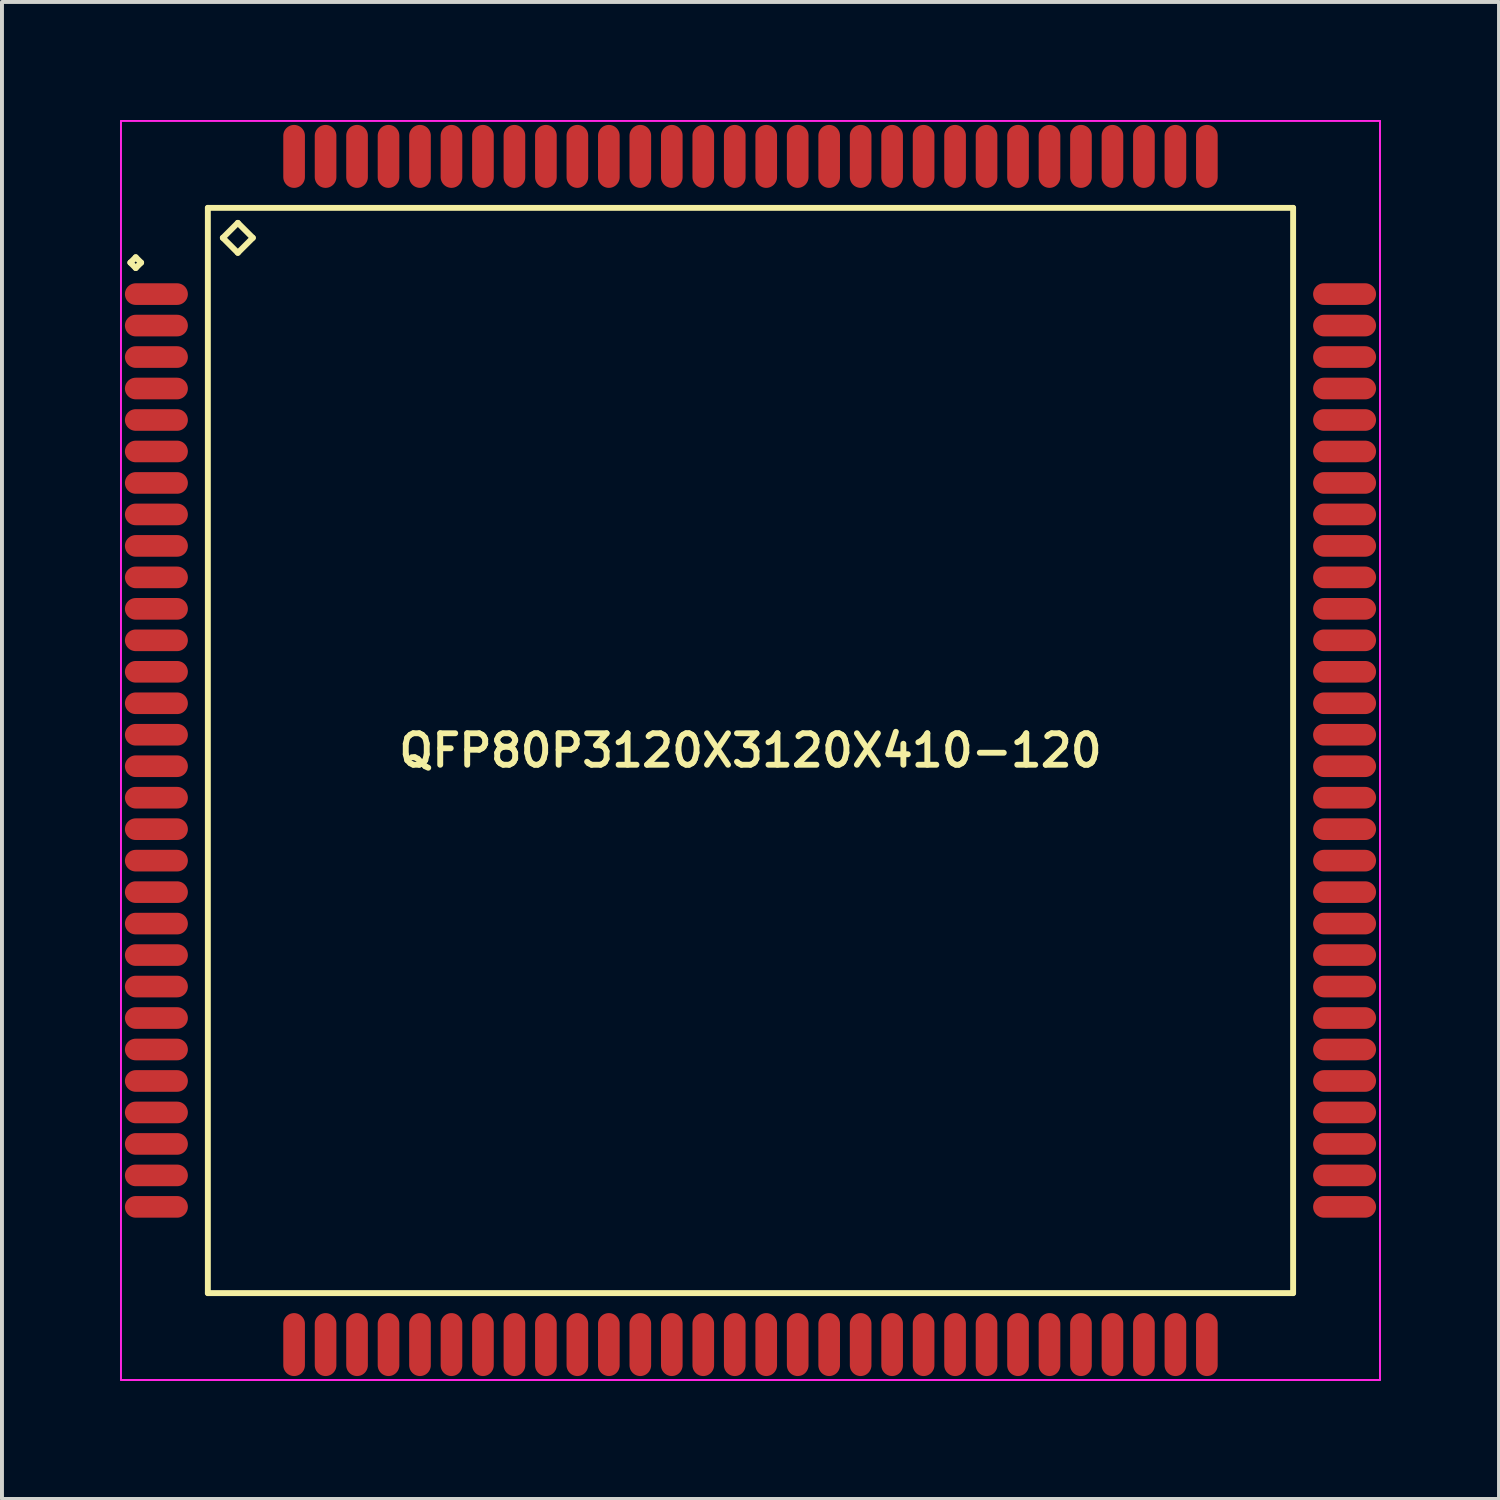
<source format=kicad_pcb>
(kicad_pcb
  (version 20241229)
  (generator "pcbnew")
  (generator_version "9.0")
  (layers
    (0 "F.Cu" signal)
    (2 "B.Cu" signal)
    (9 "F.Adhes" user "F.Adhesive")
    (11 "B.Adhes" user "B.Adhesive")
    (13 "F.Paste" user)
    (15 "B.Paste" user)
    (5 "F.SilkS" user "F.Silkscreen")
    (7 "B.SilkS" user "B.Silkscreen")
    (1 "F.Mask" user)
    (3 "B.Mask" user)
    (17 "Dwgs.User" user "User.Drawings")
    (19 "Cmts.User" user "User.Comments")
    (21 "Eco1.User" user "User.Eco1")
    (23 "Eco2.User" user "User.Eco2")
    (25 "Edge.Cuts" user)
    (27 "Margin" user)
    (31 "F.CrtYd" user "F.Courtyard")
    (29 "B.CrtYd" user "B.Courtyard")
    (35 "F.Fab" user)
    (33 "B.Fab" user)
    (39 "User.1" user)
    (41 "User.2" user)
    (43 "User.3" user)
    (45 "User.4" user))
  (footprint "QFP80P3120X3120X410-120"
    (layer "F.Cu")
    (at 16.025 16.025)
    (property "Reference" "QFP80P3120X3120X410-120" (at 0 0 0) (layer "F.SilkS") (effects (font (size 0.8 0.8) (thickness 0.15))))
    (attr smd)
    (fp_line (start -15.762 -12.4) (end -15.625 -12.537) (stroke (width 0.15) (type solid)) (layer "F.SilkS"))
    (fp_line (start -15.625 -12.537) (end -15.488 -12.4) (stroke (width 0.15) (type solid)) (layer "F.SilkS"))
    (fp_line (start -15.625 -12.262) (end -15.762 -12.4) (stroke (width 0.15) (type solid)) (layer "F.SilkS"))
    (fp_line (start -15.488 -12.4) (end -15.625 -12.262) (stroke (width 0.15) (type solid)) (layer "F.SilkS"))
    (fp_line (start -13.792 -13.792) (end -13.792 13.792) (stroke (width 0.15) (type solid)) (layer "F.SilkS"))
    (fp_line (start -13.792 13.792) (end 13.792 13.792) (stroke (width 0.15) (type solid)) (layer "F.SilkS"))
    (fp_line (start -13.411 -13.03) (end -13.03 -13.411) (stroke (width 0.15) (type solid)) (layer "F.SilkS"))
    (fp_line (start -13.03 -13.411) (end -12.649 -13.03) (stroke (width 0.15) (type solid)) (layer "F.SilkS"))
    (fp_line (start -13.03 -12.649) (end -13.411 -13.03) (stroke (width 0.15) (type solid)) (layer "F.SilkS"))
    (fp_line (start -12.649 -13.03) (end -13.03 -12.649) (stroke (width 0.15) (type solid)) (layer "F.SilkS"))
    (fp_line (start 13.792 -13.792) (end -13.792 -13.792) (stroke (width 0.15) (type solid)) (layer "F.SilkS"))
    (fp_line (start 13.792 13.792) (end 13.792 -13.792) (stroke (width 0.15) (type solid)) (layer "F.SilkS"))
    (fp_line (start -16 -16) (end 16 -16) (stroke (width 0.05) (type solid)) (layer "F.CrtYd"))
    (fp_line (start -16 16) (end -16 -16) (stroke (width 0.05) (type solid)) (layer "F.CrtYd"))
    (fp_line (start 16 -16) (end 16 16) (stroke (width 0.05) (type solid)) (layer "F.CrtYd"))
    (fp_line (start 16 16) (end -16 16) (stroke (width 0.05) (type solid)) (layer "F.CrtYd"))
    (pad "1" smd oval (at -15.1 -11.6) (size 1.6 0.55) (layers "F.Cu" "F.Mask" "F.Paste"))
    (pad "2" smd oval (at -15.1 -10.8) (size 1.6 0.55) (layers "F.Cu" "F.Mask" "F.Paste"))
    (pad "3" smd oval (at -15.1 -10) (size 1.6 0.55) (layers "F.Cu" "F.Mask" "F.Paste"))
    (pad "4" smd oval (at -15.1 -9.2) (size 1.6 0.55) (layers "F.Cu" "F.Mask" "F.Paste"))
    (pad "5" smd oval (at -15.1 -8.4) (size 1.6 0.55) (layers "F.Cu" "F.Mask" "F.Paste"))
    (pad "6" smd oval (at -15.1 -7.6) (size 1.6 0.55) (layers "F.Cu" "F.Mask" "F.Paste"))
    (pad "7" smd oval (at -15.1 -6.8) (size 1.6 0.55) (layers "F.Cu" "F.Mask" "F.Paste"))
    (pad "8" smd oval (at -15.1 -6) (size 1.6 0.55) (layers "F.Cu" "F.Mask" "F.Paste"))
    (pad "9" smd oval (at -15.1 -5.2) (size 1.6 0.55) (layers "F.Cu" "F.Mask" "F.Paste"))
    (pad "10" smd oval (at -15.1 -4.4) (size 1.6 0.55) (layers "F.Cu" "F.Mask" "F.Paste"))
    (pad "11" smd oval (at -15.1 -3.6) (size 1.6 0.55) (layers "F.Cu" "F.Mask" "F.Paste"))
    (pad "12" smd oval (at -15.1 -2.8) (size 1.6 0.55) (layers "F.Cu" "F.Mask" "F.Paste"))
    (pad "13" smd oval (at -15.1 -2) (size 1.6 0.55) (layers "F.Cu" "F.Mask" "F.Paste"))
    (pad "14" smd oval (at -15.1 -1.2) (size 1.6 0.55) (layers "F.Cu" "F.Mask" "F.Paste"))
    (pad "15" smd oval (at -15.1 -0.4) (size 1.6 0.55) (layers "F.Cu" "F.Mask" "F.Paste"))
    (pad "16" smd oval (at -15.1 0.4) (size 1.6 0.55) (layers "F.Cu" "F.Mask" "F.Paste"))
    (pad "17" smd oval (at -15.1 1.2) (size 1.6 0.55) (layers "F.Cu" "F.Mask" "F.Paste"))
    (pad "18" smd oval (at -15.1 2) (size 1.6 0.55) (layers "F.Cu" "F.Mask" "F.Paste"))
    (pad "19" smd oval (at -15.1 2.8) (size 1.6 0.55) (layers "F.Cu" "F.Mask" "F.Paste"))
    (pad "20" smd oval (at -15.1 3.6) (size 1.6 0.55) (layers "F.Cu" "F.Mask" "F.Paste"))
    (pad "21" smd oval (at -15.1 4.4) (size 1.6 0.55) (layers "F.Cu" "F.Mask" "F.Paste"))
    (pad "22" smd oval (at -15.1 5.2) (size 1.6 0.55) (layers "F.Cu" "F.Mask" "F.Paste"))
    (pad "23" smd oval (at -15.1 6) (size 1.6 0.55) (layers "F.Cu" "F.Mask" "F.Paste"))
    (pad "24" smd oval (at -15.1 6.8) (size 1.6 0.55) (layers "F.Cu" "F.Mask" "F.Paste"))
    (pad "25" smd oval (at -15.1 7.6) (size 1.6 0.55) (layers "F.Cu" "F.Mask" "F.Paste"))
    (pad "26" smd oval (at -15.1 8.4) (size 1.6 0.55) (layers "F.Cu" "F.Mask" "F.Paste"))
    (pad "27" smd oval (at -15.1 9.2) (size 1.6 0.55) (layers "F.Cu" "F.Mask" "F.Paste"))
    (pad "28" smd oval (at -15.1 10) (size 1.6 0.55) (layers "F.Cu" "F.Mask" "F.Paste"))
    (pad "29" smd oval (at -15.1 10.8) (size 1.6 0.55) (layers "F.Cu" "F.Mask" "F.Paste"))
    (pad "30" smd oval (at -15.1 11.6) (size 1.6 0.55) (layers "F.Cu" "F.Mask" "F.Paste"))
    (pad "31" smd oval (at -11.6 15.1) (size 0.55 1.6) (layers "F.Cu" "F.Mask" "F.Paste"))
    (pad "32" smd oval (at -10.8 15.1) (size 0.55 1.6) (layers "F.Cu" "F.Mask" "F.Paste"))
    (pad "33" smd oval (at -10 15.1) (size 0.55 1.6) (layers "F.Cu" "F.Mask" "F.Paste"))
    (pad "34" smd oval (at -9.2 15.1) (size 0.55 1.6) (layers "F.Cu" "F.Mask" "F.Paste"))
    (pad "35" smd oval (at -8.4 15.1) (size 0.55 1.6) (layers "F.Cu" "F.Mask" "F.Paste"))
    (pad "36" smd oval (at -7.6 15.1) (size 0.55 1.6) (layers "F.Cu" "F.Mask" "F.Paste"))
    (pad "37" smd oval (at -6.8 15.1) (size 0.55 1.6) (layers "F.Cu" "F.Mask" "F.Paste"))
    (pad "38" smd oval (at -6 15.1) (size 0.55 1.6) (layers "F.Cu" "F.Mask" "F.Paste"))
    (pad "39" smd oval (at -5.2 15.1) (size 0.55 1.6) (layers "F.Cu" "F.Mask" "F.Paste"))
    (pad "40" smd oval (at -4.4 15.1) (size 0.55 1.6) (layers "F.Cu" "F.Mask" "F.Paste"))
    (pad "41" smd oval (at -3.6 15.1) (size 0.55 1.6) (layers "F.Cu" "F.Mask" "F.Paste"))
    (pad "42" smd oval (at -2.8 15.1) (size 0.55 1.6) (layers "F.Cu" "F.Mask" "F.Paste"))
    (pad "43" smd oval (at -2 15.1) (size 0.55 1.6) (layers "F.Cu" "F.Mask" "F.Paste"))
    (pad "44" smd oval (at -1.2 15.1) (size 0.55 1.6) (layers "F.Cu" "F.Mask" "F.Paste"))
    (pad "45" smd oval (at -0.4 15.1) (size 0.55 1.6) (layers "F.Cu" "F.Mask" "F.Paste"))
    (pad "46" smd oval (at 0.4 15.1) (size 0.55 1.6) (layers "F.Cu" "F.Mask" "F.Paste"))
    (pad "47" smd oval (at 1.2 15.1) (size 0.55 1.6) (layers "F.Cu" "F.Mask" "F.Paste"))
    (pad "48" smd oval (at 2 15.1) (size 0.55 1.6) (layers "F.Cu" "F.Mask" "F.Paste"))
    (pad "49" smd oval (at 2.8 15.1) (size 0.55 1.6) (layers "F.Cu" "F.Mask" "F.Paste"))
    (pad "50" smd oval (at 3.6 15.1) (size 0.55 1.6) (layers "F.Cu" "F.Mask" "F.Paste"))
    (pad "51" smd oval (at 4.4 15.1) (size 0.55 1.6) (layers "F.Cu" "F.Mask" "F.Paste"))
    (pad "52" smd oval (at 5.2 15.1) (size 0.55 1.6) (layers "F.Cu" "F.Mask" "F.Paste"))
    (pad "53" smd oval (at 6 15.1) (size 0.55 1.6) (layers "F.Cu" "F.Mask" "F.Paste"))
    (pad "54" smd oval (at 6.8 15.1) (size 0.55 1.6) (layers "F.Cu" "F.Mask" "F.Paste"))
    (pad "55" smd oval (at 7.6 15.1) (size 0.55 1.6) (layers "F.Cu" "F.Mask" "F.Paste"))
    (pad "56" smd oval (at 8.4 15.1) (size 0.55 1.6) (layers "F.Cu" "F.Mask" "F.Paste"))
    (pad "57" smd oval (at 9.2 15.1) (size 0.55 1.6) (layers "F.Cu" "F.Mask" "F.Paste"))
    (pad "58" smd oval (at 10 15.1) (size 0.55 1.6) (layers "F.Cu" "F.Mask" "F.Paste"))
    (pad "59" smd oval (at 10.8 15.1) (size 0.55 1.6) (layers "F.Cu" "F.Mask" "F.Paste"))
    (pad "60" smd oval (at 11.6 15.1) (size 0.55 1.6) (layers "F.Cu" "F.Mask" "F.Paste"))
    (pad "61" smd oval (at 15.1 11.6) (size 1.6 0.55) (layers "F.Cu" "F.Mask" "F.Paste"))
    (pad "62" smd oval (at 15.1 10.8) (size 1.6 0.55) (layers "F.Cu" "F.Mask" "F.Paste"))
    (pad "63" smd oval (at 15.1 10) (size 1.6 0.55) (layers "F.Cu" "F.Mask" "F.Paste"))
    (pad "64" smd oval (at 15.1 9.2) (size 1.6 0.55) (layers "F.Cu" "F.Mask" "F.Paste"))
    (pad "65" smd oval (at 15.1 8.4) (size 1.6 0.55) (layers "F.Cu" "F.Mask" "F.Paste"))
    (pad "66" smd oval (at 15.1 7.6) (size 1.6 0.55) (layers "F.Cu" "F.Mask" "F.Paste"))
    (pad "67" smd oval (at 15.1 6.8) (size 1.6 0.55) (layers "F.Cu" "F.Mask" "F.Paste"))
    (pad "68" smd oval (at 15.1 6) (size 1.6 0.55) (layers "F.Cu" "F.Mask" "F.Paste"))
    (pad "69" smd oval (at 15.1 5.2) (size 1.6 0.55) (layers "F.Cu" "F.Mask" "F.Paste"))
    (pad "70" smd oval (at 15.1 4.4) (size 1.6 0.55) (layers "F.Cu" "F.Mask" "F.Paste"))
    (pad "71" smd oval (at 15.1 3.6) (size 1.6 0.55) (layers "F.Cu" "F.Mask" "F.Paste"))
    (pad "72" smd oval (at 15.1 2.8) (size 1.6 0.55) (layers "F.Cu" "F.Mask" "F.Paste"))
    (pad "73" smd oval (at 15.1 2) (size 1.6 0.55) (layers "F.Cu" "F.Mask" "F.Paste"))
    (pad "74" smd oval (at 15.1 1.2) (size 1.6 0.55) (layers "F.Cu" "F.Mask" "F.Paste"))
    (pad "75" smd oval (at 15.1 0.4) (size 1.6 0.55) (layers "F.Cu" "F.Mask" "F.Paste"))
    (pad "76" smd oval (at 15.1 -0.4) (size 1.6 0.55) (layers "F.Cu" "F.Mask" "F.Paste"))
    (pad "77" smd oval (at 15.1 -1.2) (size 1.6 0.55) (layers "F.Cu" "F.Mask" "F.Paste"))
    (pad "78" smd oval (at 15.1 -2) (size 1.6 0.55) (layers "F.Cu" "F.Mask" "F.Paste"))
    (pad "79" smd oval (at 15.1 -2.8) (size 1.6 0.55) (layers "F.Cu" "F.Mask" "F.Paste"))
    (pad "80" smd oval (at 15.1 -3.6) (size 1.6 0.55) (layers "F.Cu" "F.Mask" "F.Paste"))
    (pad "81" smd oval (at 15.1 -4.4) (size 1.6 0.55) (layers "F.Cu" "F.Mask" "F.Paste"))
    (pad "82" smd oval (at 15.1 -5.2) (size 1.6 0.55) (layers "F.Cu" "F.Mask" "F.Paste"))
    (pad "83" smd oval (at 15.1 -6) (size 1.6 0.55) (layers "F.Cu" "F.Mask" "F.Paste"))
    (pad "84" smd oval (at 15.1 -6.8) (size 1.6 0.55) (layers "F.Cu" "F.Mask" "F.Paste"))
    (pad "85" smd oval (at 15.1 -7.6) (size 1.6 0.55) (layers "F.Cu" "F.Mask" "F.Paste"))
    (pad "86" smd oval (at 15.1 -8.4) (size 1.6 0.55) (layers "F.Cu" "F.Mask" "F.Paste"))
    (pad "87" smd oval (at 15.1 -9.2) (size 1.6 0.55) (layers "F.Cu" "F.Mask" "F.Paste"))
    (pad "88" smd oval (at 15.1 -10) (size 1.6 0.55) (layers "F.Cu" "F.Mask" "F.Paste"))
    (pad "89" smd oval (at 15.1 -10.8) (size 1.6 0.55) (layers "F.Cu" "F.Mask" "F.Paste"))
    (pad "90" smd oval (at 15.1 -11.6) (size 1.6 0.55) (layers "F.Cu" "F.Mask" "F.Paste"))
    (pad "91" smd oval (at 11.6 -15.1) (size 0.55 1.6) (layers "F.Cu" "F.Mask" "F.Paste"))
    (pad "92" smd oval (at 10.8 -15.1) (size 0.55 1.6) (layers "F.Cu" "F.Mask" "F.Paste"))
    (pad "93" smd oval (at 10 -15.1) (size 0.55 1.6) (layers "F.Cu" "F.Mask" "F.Paste"))
    (pad "94" smd oval (at 9.2 -15.1) (size 0.55 1.6) (layers "F.Cu" "F.Mask" "F.Paste"))
    (pad "95" smd oval (at 8.4 -15.1) (size 0.55 1.6) (layers "F.Cu" "F.Mask" "F.Paste"))
    (pad "96" smd oval (at 7.6 -15.1) (size 0.55 1.6) (layers "F.Cu" "F.Mask" "F.Paste"))
    (pad "97" smd oval (at 6.8 -15.1) (size 0.55 1.6) (layers "F.Cu" "F.Mask" "F.Paste"))
    (pad "98" smd oval (at 6 -15.1) (size 0.55 1.6) (layers "F.Cu" "F.Mask" "F.Paste"))
    (pad "99" smd oval (at 5.2 -15.1) (size 0.55 1.6) (layers "F.Cu" "F.Mask" "F.Paste"))
    (pad "100" smd oval (at 4.4 -15.1) (size 0.55 1.6) (layers "F.Cu" "F.Mask" "F.Paste"))
    (pad "101" smd oval (at 3.6 -15.1) (size 0.55 1.6) (layers "F.Cu" "F.Mask" "F.Paste"))
    (pad "102" smd oval (at 2.8 -15.1) (size 0.55 1.6) (layers "F.Cu" "F.Mask" "F.Paste"))
    (pad "103" smd oval (at 2 -15.1) (size 0.55 1.6) (layers "F.Cu" "F.Mask" "F.Paste"))
    (pad "104" smd oval (at 1.2 -15.1) (size 0.55 1.6) (layers "F.Cu" "F.Mask" "F.Paste"))
    (pad "105" smd oval (at 0.4 -15.1) (size 0.55 1.6) (layers "F.Cu" "F.Mask" "F.Paste"))
    (pad "106" smd oval (at -0.4 -15.1) (size 0.55 1.6) (layers "F.Cu" "F.Mask" "F.Paste"))
    (pad "107" smd oval (at -1.2 -15.1) (size 0.55 1.6) (layers "F.Cu" "F.Mask" "F.Paste"))
    (pad "108" smd oval (at -2 -15.1) (size 0.55 1.6) (layers "F.Cu" "F.Mask" "F.Paste"))
    (pad "109" smd oval (at -2.8 -15.1) (size 0.55 1.6) (layers "F.Cu" "F.Mask" "F.Paste"))
    (pad "110" smd oval (at -3.6 -15.1) (size 0.55 1.6) (layers "F.Cu" "F.Mask" "F.Paste"))
    (pad "111" smd oval (at -4.4 -15.1) (size 0.55 1.6) (layers "F.Cu" "F.Mask" "F.Paste"))
    (pad "112" smd oval (at -5.2 -15.1) (size 0.55 1.6) (layers "F.Cu" "F.Mask" "F.Paste"))
    (pad "113" smd oval (at -6 -15.1) (size 0.55 1.6) (layers "F.Cu" "F.Mask" "F.Paste"))
    (pad "114" smd oval (at -6.8 -15.1) (size 0.55 1.6) (layers "F.Cu" "F.Mask" "F.Paste"))
    (pad "115" smd oval (at -7.6 -15.1) (size 0.55 1.6) (layers "F.Cu" "F.Mask" "F.Paste"))
    (pad "116" smd oval (at -8.4 -15.1) (size 0.55 1.6) (layers "F.Cu" "F.Mask" "F.Paste"))
    (pad "117" smd oval (at -9.2 -15.1) (size 0.55 1.6) (layers "F.Cu" "F.Mask" "F.Paste"))
    (pad "118" smd oval (at -10 -15.1) (size 0.55 1.6) (layers "F.Cu" "F.Mask" "F.Paste"))
    (pad "119" smd oval (at -10.8 -15.1) (size 0.55 1.6) (layers "F.Cu" "F.Mask" "F.Paste"))
    (pad "120" smd oval (at -11.6 -15.1) (size 0.55 1.6) (layers "F.Cu" "F.Mask" "F.Paste")))
  (gr_rect
    (start -3 -3)
    (end 35.05 35.05)
    (stroke (width 0.1) (type default))
    (fill no)
    (layer "Edge.Cuts")))
</source>
